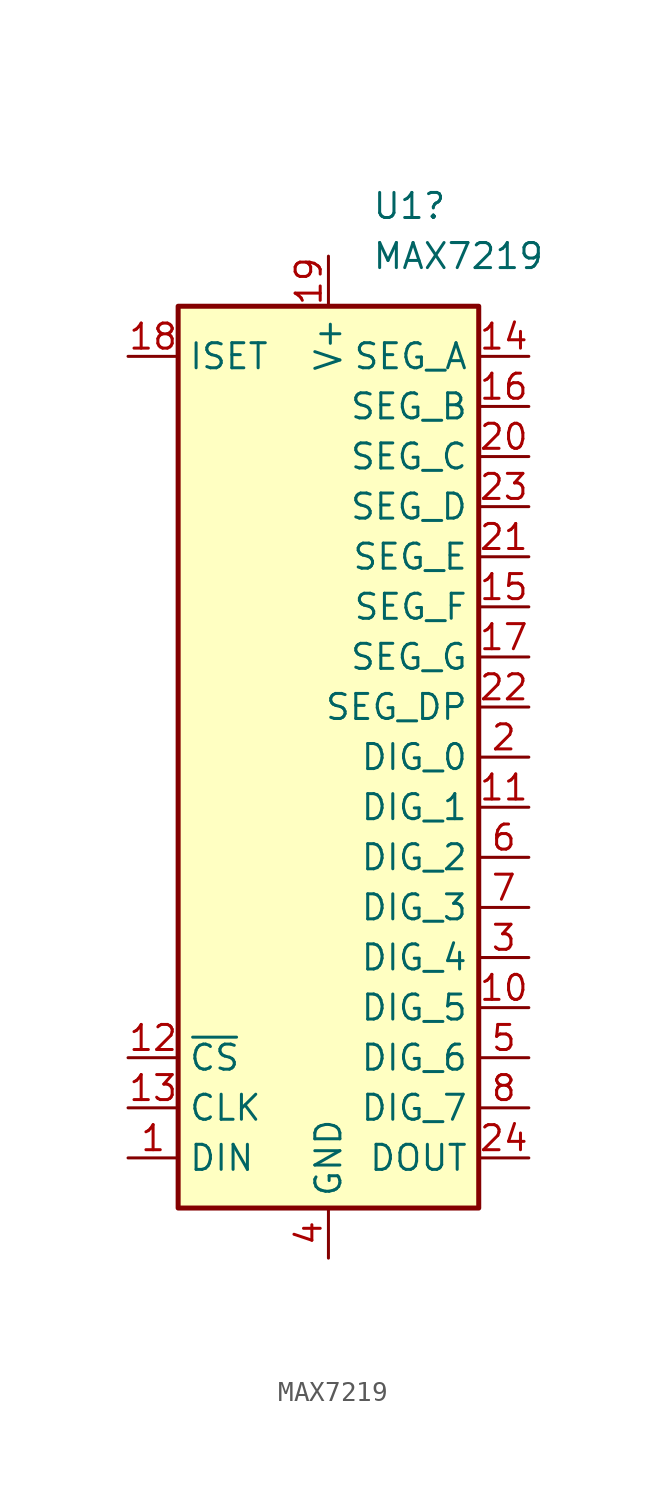
<source format=kicad_sym>
(kicad_symbol_lib
  (version 20231120)
  (generator "kicad_symbol_editor")
  (generator_version "8.0")
  (symbol "MAX7219"
    (property "Reference" "U1"
      (at 2.194 27.94 0)
      (effects (font (size 1.27 1.27)) (justify left)))
    (property "Value" "MAX7219"
      (at 2.194 25.4 0)
      (effects (font (size 1.27 1.27)) (justify left)))
    (symbol "MAX7219_0_1"
      (rectangle (start -7.62 22.86) (end 7.62 -22.86) (stroke (width 0.254) (type default)) (fill (type background))))
    (symbol "MAX7219_1_1"
      (pin input line (at -10.16 -20.32 0) (length 2.54) (name "DIN" (effects (font (size 1.27 1.27)))) (number "1" (effects (font (size 1.27 1.27)))))
      (pin open_collector line (at 10.16 -12.7 180) (length 2.54) (name "DIG_5" (effects (font (size 1.27 1.27)))) (number "10" (effects (font (size 1.27 1.27)))))
      (pin open_collector line (at 10.16 -2.54 180) (length 2.54) (name "DIG_1" (effects (font (size 1.27 1.27)))) (number "11" (effects (font (size 1.27 1.27)))))
      (pin input line (at -10.16 -15.24 0) (length 2.54) (name "~{CS}" (effects (font (size 1.27 1.27)))) (number "12" (effects (font (size 1.27 1.27)))))
      (pin input line (at -10.16 -17.78 0) (length 2.54) (name "CLK" (effects (font (size 1.27 1.27)))) (number "13" (effects (font (size 1.27 1.27)))))
      (pin open_emitter line (at 10.16 20.32 180) (length 2.54) (name "SEG_A" (effects (font (size 1.27 1.27)))) (number "14" (effects (font (size 1.27 1.27)))))
      (pin open_emitter line (at 10.16 7.62 180) (length 2.54) (name "SEG_F" (effects (font (size 1.27 1.27)))) (number "15" (effects (font (size 1.27 1.27)))))
      (pin open_emitter line (at 10.16 17.78 180) (length 2.54) (name "SEG_B" (effects (font (size 1.27 1.27)))) (number "16" (effects (font (size 1.27 1.27)))))
      (pin open_emitter line (at 10.16 5.08 180) (length 2.54) (name "SEG_G" (effects (font (size 1.27 1.27)))) (number "17" (effects (font (size 1.27 1.27)))))
      (pin input line (at -10.16 20.32 0) (length 2.54) (name "ISET" (effects (font (size 1.27 1.27)))) (number "18" (effects (font (size 1.27 1.27)))))
      (pin power_in line (at 0 25.4 270) (length 2.54) (name "V+" (effects (font (size 1.27 1.27)))) (number "19" (effects (font (size 1.27 1.27)))))
      (pin open_collector line (at 10.16 0 180) (length 2.54) (name "DIG_0" (effects (font (size 1.27 1.27)))) (number "2" (effects (font (size 1.27 1.27)))))
      (pin open_emitter line (at 10.16 15.24 180) (length 2.54) (name "SEG_C" (effects (font (size 1.27 1.27)))) (number "20" (effects (font (size 1.27 1.27)))))
      (pin open_emitter line (at 10.16 10.16 180) (length 2.54) (name "SEG_E" (effects (font (size 1.27 1.27)))) (number "21" (effects (font (size 1.27 1.27)))))
      (pin open_emitter line (at 10.16 2.54 180) (length 2.54) (name "SEG_DP" (effects (font (size 1.27 1.27)))) (number "22" (effects (font (size 1.27 1.27)))))
      (pin open_emitter line (at 10.16 12.7 180) (length 2.54) (name "SEG_D" (effects (font (size 1.27 1.27)))) (number "23" (effects (font (size 1.27 1.27)))))
      (pin output line (at 10.16 -20.32 180) (length 2.54) (name "DOUT" (effects (font (size 1.27 1.27)))) (number "24" (effects (font (size 1.27 1.27)))))
      (pin open_collector line (at 10.16 -10.16 180) (length 2.54) (name "DIG_4" (effects (font (size 1.27 1.27)))) (number "3" (effects (font (size 1.27 1.27)))))
      (pin power_in line (at 0 -25.4 90) (length 2.54) (name "GND" (effects (font (size 1.27 1.27)))) (number "4" (effects (font (size 1.27 1.27)))))
      (pin open_collector line (at 10.16 -15.24 180) (length 2.54) (name "DIG_6" (effects (font (size 1.27 1.27)))) (number "5" (effects (font (size 1.27 1.27)))))
      (pin open_collector line (at 10.16 -5.08 180) (length 2.54) (name "DIG_2" (effects (font (size 1.27 1.27)))) (number "6" (effects (font (size 1.27 1.27)))))
      (pin open_collector line (at 10.16 -7.62 180) (length 2.54) (name "DIG_3" (effects (font (size 1.27 1.27)))) (number "7" (effects (font (size 1.27 1.27)))))
      (pin open_collector line (at 10.16 -17.78 180) (length 2.54) (name "DIG_7" (effects (font (size 1.27 1.27)))) (number "8" (effects (font (size 1.27 1.27)))))
      (pin passive line (at 0 -25.4 90) (length 2.54) hide (name "GND" (effects (font (size 1.27 1.27)))) (number "9" (effects (font (size 1.27 1.27))))))))
</source>
